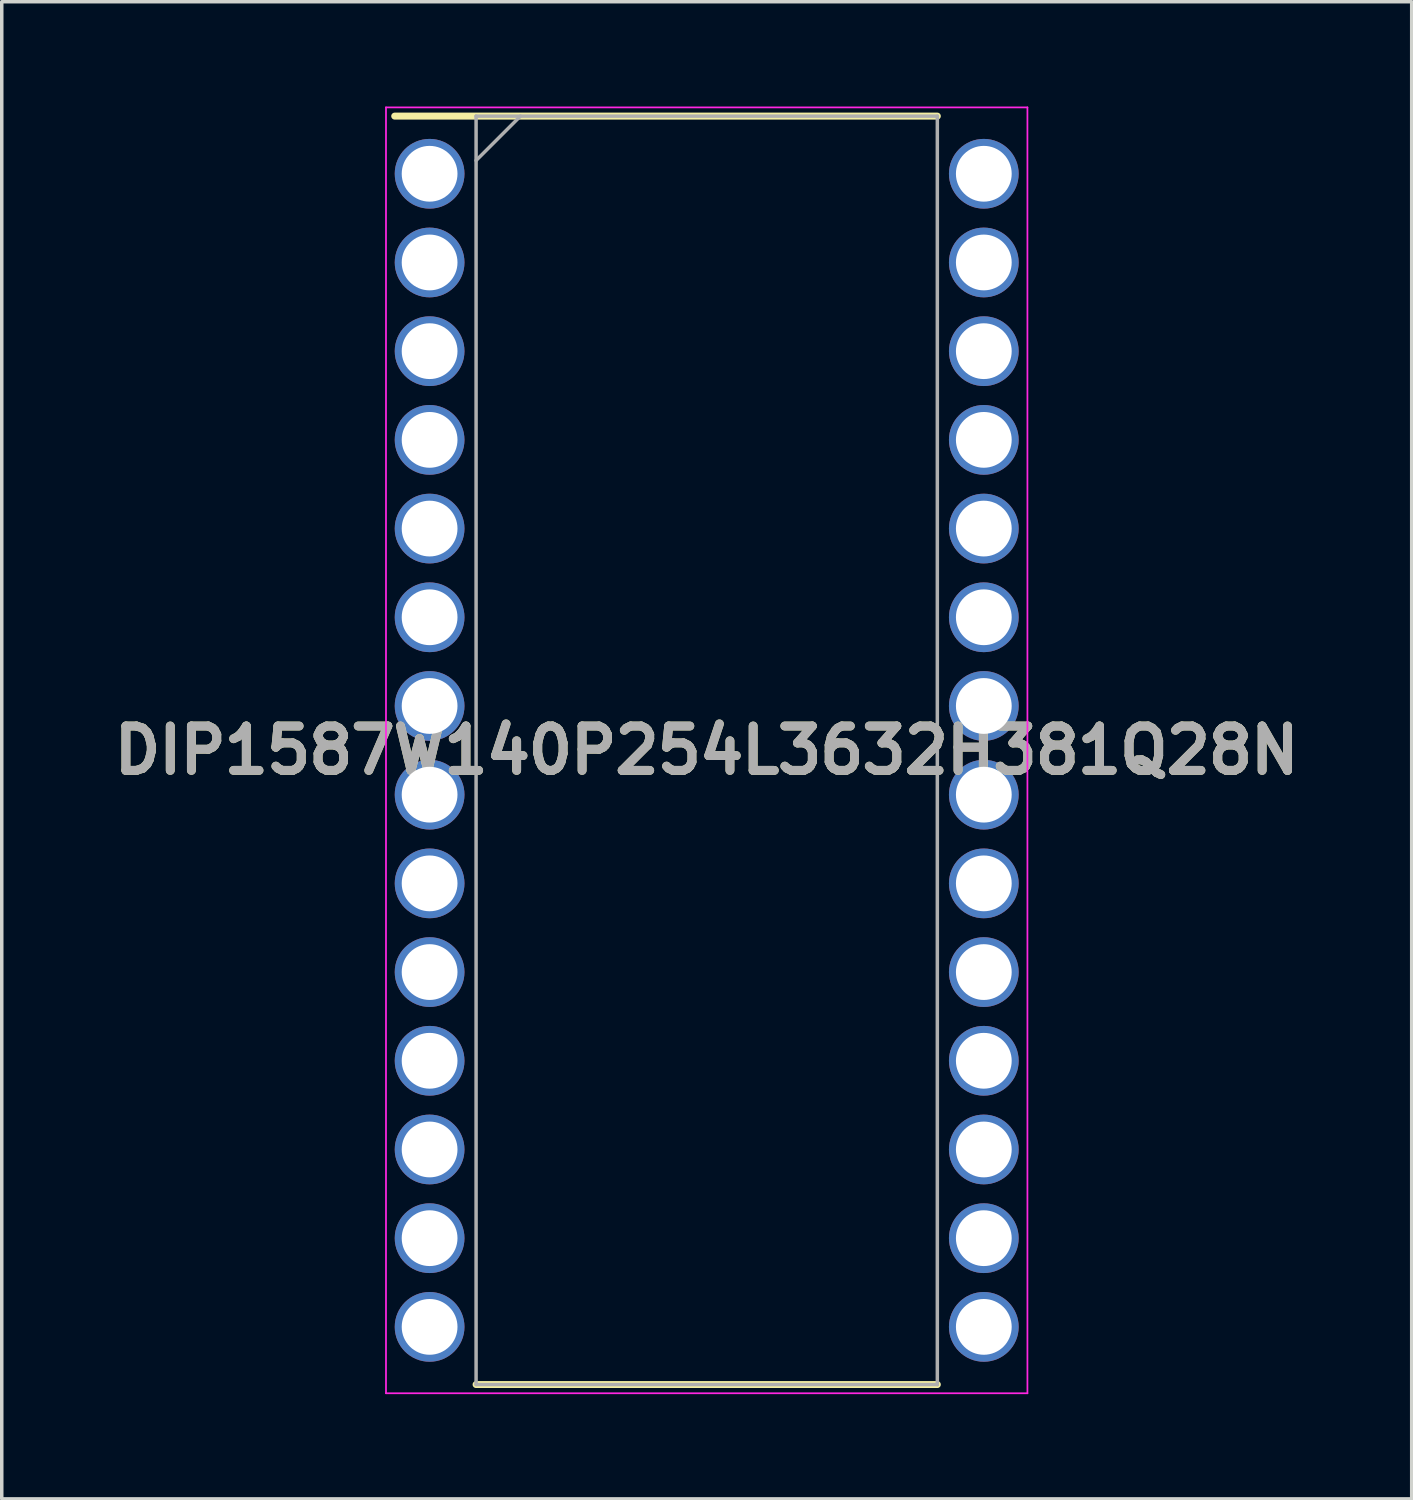
<source format=kicad_pcb>
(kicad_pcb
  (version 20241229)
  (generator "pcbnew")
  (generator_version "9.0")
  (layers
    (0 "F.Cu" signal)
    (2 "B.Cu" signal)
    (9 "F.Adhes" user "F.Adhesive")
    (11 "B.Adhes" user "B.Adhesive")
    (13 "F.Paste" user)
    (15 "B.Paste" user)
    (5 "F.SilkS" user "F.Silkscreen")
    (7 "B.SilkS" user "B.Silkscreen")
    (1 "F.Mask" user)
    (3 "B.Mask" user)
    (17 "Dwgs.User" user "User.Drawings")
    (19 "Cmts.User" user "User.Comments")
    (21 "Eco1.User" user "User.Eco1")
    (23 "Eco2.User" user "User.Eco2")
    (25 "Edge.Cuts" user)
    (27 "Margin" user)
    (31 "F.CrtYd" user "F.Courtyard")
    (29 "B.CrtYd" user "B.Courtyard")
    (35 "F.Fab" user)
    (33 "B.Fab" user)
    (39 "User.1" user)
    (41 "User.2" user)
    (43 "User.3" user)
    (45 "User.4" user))
  (footprint "DIP1587W140P254L3632H381Q28N"
    (layer "F.Cu")
    (at 17.187 18.436)
    (property "Reference" "DIP1587W140P254L3632H381Q28N" (at 0 0 0) (layer "F.SilkS") (effects (font (size 1.27 1.27) (thickness 0.254))))
    (attr through_hole)
    (fp_line (start -8.934 -18.161) (end 6.604 -18.161) (stroke (width 0.2) (type solid)) (layer "F.SilkS"))
    (fp_line (start -6.604 18.161) (end 6.604 18.161) (stroke (width 0.2) (type solid)) (layer "F.SilkS"))
    (fp_line (start -9.184 -18.411) (end 9.184 -18.411) (stroke (width 0.05) (type solid)) (layer "F.CrtYd"))
    (fp_line (start -9.184 18.411) (end -9.184 -18.411) (stroke (width 0.05) (type solid)) (layer "F.CrtYd"))
    (fp_line (start 9.184 -18.411) (end 9.184 18.411) (stroke (width 0.05) (type solid)) (layer "F.CrtYd"))
    (fp_line (start 9.184 18.411) (end -9.184 18.411) (stroke (width 0.05) (type solid)) (layer "F.CrtYd"))
    (fp_line (start -6.604 -18.161) (end 6.604 -18.161) (stroke (width 0.1) (type solid)) (layer "F.Fab"))
    (fp_line (start -6.604 -16.891) (end -5.334 -18.161) (stroke (width 0.1) (type solid)) (layer "F.Fab"))
    (fp_line (start -6.604 18.161) (end -6.604 -18.161) (stroke (width 0.1) (type solid)) (layer "F.Fab"))
    (fp_line (start 6.604 -18.161) (end 6.604 18.161) (stroke (width 0.1) (type solid)) (layer "F.Fab"))
    (fp_line (start 6.604 18.161) (end -6.604 18.161) (stroke (width 0.1) (type solid)) (layer "F.Fab"))
    (fp_text user "${REFERENCE}" (at 0 0 0) (layer "F.Fab") (effects (font (size 1.27 1.27) (thickness 0.254))))
    (pad "1" thru_hole circle (at -7.935 -16.51) (size 1.997 1.997) (drill 1.597) (layers "*.Cu" "*.Mask"))
    (pad "2" thru_hole circle (at -7.935 -13.97) (size 1.997 1.997) (drill 1.597) (layers "*.Cu" "*.Mask"))
    (pad "3" thru_hole circle (at -7.935 -11.43) (size 1.997 1.997) (drill 1.597) (layers "*.Cu" "*.Mask"))
    (pad "4" thru_hole circle (at -7.935 -8.89) (size 1.997 1.997) (drill 1.597) (layers "*.Cu" "*.Mask"))
    (pad "5" thru_hole circle (at -7.935 -6.35) (size 1.997 1.997) (drill 1.597) (layers "*.Cu" "*.Mask"))
    (pad "6" thru_hole circle (at -7.935 -3.81) (size 1.997 1.997) (drill 1.597) (layers "*.Cu" "*.Mask"))
    (pad "7" thru_hole circle (at -7.935 -1.27) (size 1.997 1.997) (drill 1.597) (layers "*.Cu" "*.Mask"))
    (pad "8" thru_hole circle (at -7.935 1.27) (size 1.997 1.997) (drill 1.597) (layers "*.Cu" "*.Mask"))
    (pad "9" thru_hole circle (at -7.935 3.81) (size 1.997 1.997) (drill 1.597) (layers "*.Cu" "*.Mask"))
    (pad "10" thru_hole circle (at -7.935 6.35) (size 1.997 1.997) (drill 1.597) (layers "*.Cu" "*.Mask"))
    (pad "11" thru_hole circle (at -7.935 8.89) (size 1.997 1.997) (drill 1.597) (layers "*.Cu" "*.Mask"))
    (pad "12" thru_hole circle (at -7.935 11.43) (size 1.997 1.997) (drill 1.597) (layers "*.Cu" "*.Mask"))
    (pad "13" thru_hole circle (at -7.935 13.97) (size 1.997 1.997) (drill 1.597) (layers "*.Cu" "*.Mask"))
    (pad "14" thru_hole circle (at -7.935 16.51) (size 1.997 1.997) (drill 1.597) (layers "*.Cu" "*.Mask"))
    (pad "15" thru_hole circle (at 7.935 16.51) (size 1.997 1.997) (drill 1.597) (layers "*.Cu" "*.Mask"))
    (pad "16" thru_hole circle (at 7.935 13.97) (size 1.997 1.997) (drill 1.597) (layers "*.Cu" "*.Mask"))
    (pad "17" thru_hole circle (at 7.935 11.43) (size 1.997 1.997) (drill 1.597) (layers "*.Cu" "*.Mask"))
    (pad "18" thru_hole circle (at 7.935 8.89) (size 1.997 1.997) (drill 1.597) (layers "*.Cu" "*.Mask"))
    (pad "19" thru_hole circle (at 7.935 6.35) (size 1.997 1.997) (drill 1.597) (layers "*.Cu" "*.Mask"))
    (pad "20" thru_hole circle (at 7.935 3.81) (size 1.997 1.997) (drill 1.597) (layers "*.Cu" "*.Mask"))
    (pad "21" thru_hole circle (at 7.935 1.27) (size 1.997 1.997) (drill 1.597) (layers "*.Cu" "*.Mask"))
    (pad "22" thru_hole circle (at 7.935 -1.27) (size 1.997 1.997) (drill 1.597) (layers "*.Cu" "*.Mask"))
    (pad "23" thru_hole circle (at 7.935 -3.81) (size 1.997 1.997) (drill 1.597) (layers "*.Cu" "*.Mask"))
    (pad "24" thru_hole circle (at 7.935 -6.35) (size 1.997 1.997) (drill 1.597) (layers "*.Cu" "*.Mask"))
    (pad "25" thru_hole circle (at 7.935 -8.89) (size 1.997 1.997) (drill 1.597) (layers "*.Cu" "*.Mask"))
    (pad "26" thru_hole circle (at 7.935 -11.43) (size 1.997 1.997) (drill 1.597) (layers "*.Cu" "*.Mask"))
    (pad "27" thru_hole circle (at 7.935 -13.97) (size 1.997 1.997) (drill 1.597) (layers "*.Cu" "*.Mask"))
    (pad "28" thru_hole circle (at 7.935 -16.51) (size 1.997 1.997) (drill 1.597) (layers "*.Cu" "*.Mask")))
  (gr_rect
    (start -3 -3)
    (end 37.375 39.872)
    (stroke (width 0.1) (type default))
    (fill no)
    (layer "Edge.Cuts")))
</source>
